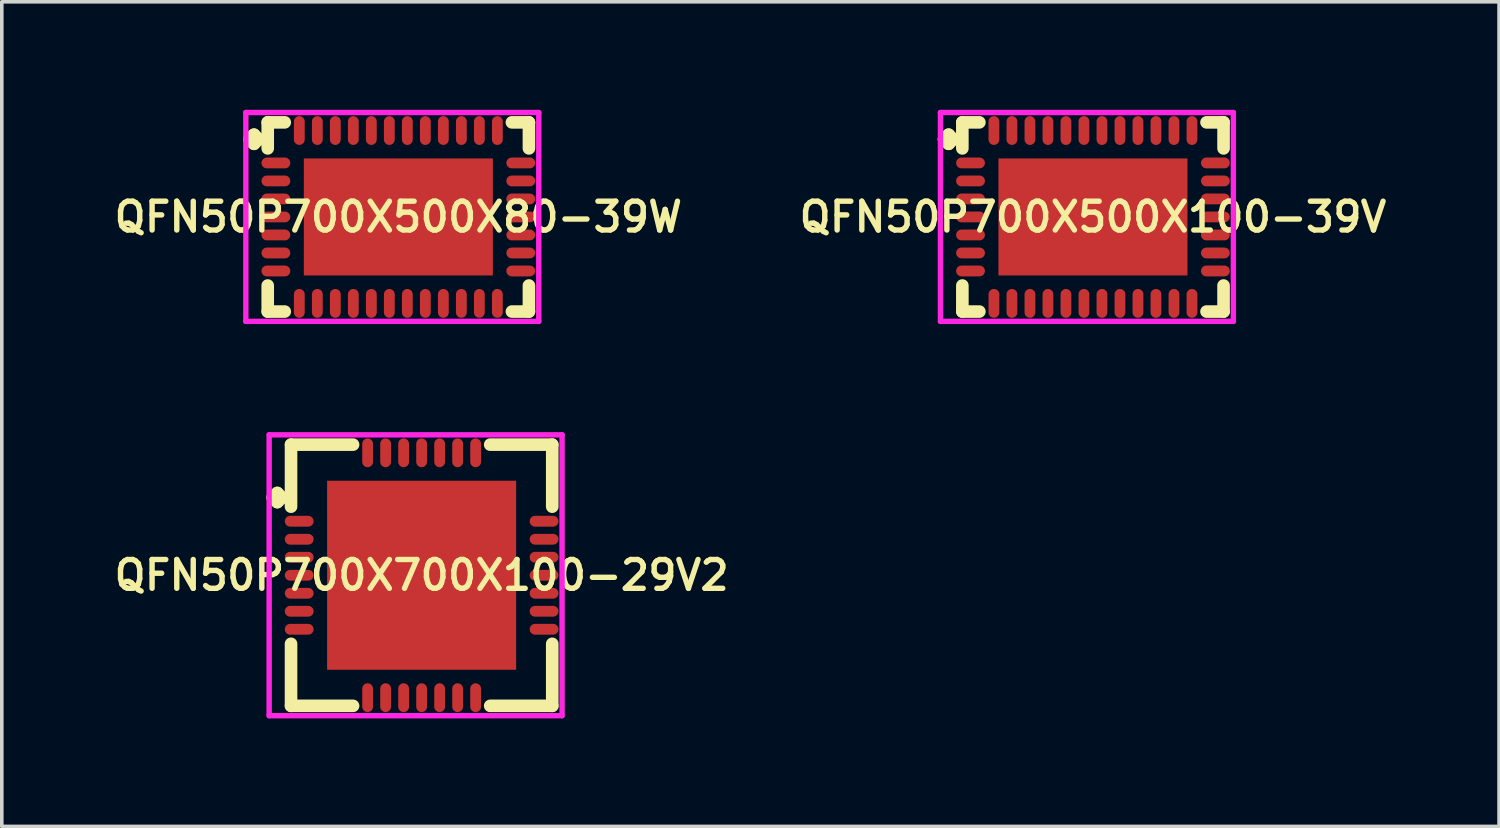
<source format=kicad_pcb>
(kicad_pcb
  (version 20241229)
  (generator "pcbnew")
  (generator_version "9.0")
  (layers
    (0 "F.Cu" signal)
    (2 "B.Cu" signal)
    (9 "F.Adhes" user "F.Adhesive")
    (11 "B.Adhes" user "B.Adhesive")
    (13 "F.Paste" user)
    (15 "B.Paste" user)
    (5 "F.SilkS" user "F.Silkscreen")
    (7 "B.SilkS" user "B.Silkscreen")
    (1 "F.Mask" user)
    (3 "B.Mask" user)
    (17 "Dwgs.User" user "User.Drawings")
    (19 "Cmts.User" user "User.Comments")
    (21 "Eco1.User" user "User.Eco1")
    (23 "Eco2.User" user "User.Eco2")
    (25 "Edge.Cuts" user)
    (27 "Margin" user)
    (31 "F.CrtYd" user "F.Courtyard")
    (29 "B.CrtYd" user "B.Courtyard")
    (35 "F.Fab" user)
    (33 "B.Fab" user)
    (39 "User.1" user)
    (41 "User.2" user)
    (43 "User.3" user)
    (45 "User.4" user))
  (footprint "QFN50P700X700X100-29V2"
    (layer "F.Cu")
    (at 8.659 12.925)
    (property "Reference" "QFN50P700X700X100-29V2" (at 0 0 0) (layer "F.SilkS") (effects (font (size 0.8 0.8) (thickness 0.15))))
    (attr smd)
    (fp_line (start -4.135 -2.158) (end -4.008 -2.285) (stroke (width 0.35) (type solid)) (layer "F.SilkS"))
    (fp_line (start -4.008 -2.285) (end -3.881 -2.158) (stroke (width 0.35) (type solid)) (layer "F.SilkS"))
    (fp_line (start -4.008 -2.031) (end -4.135 -2.158) (stroke (width 0.35) (type solid)) (layer "F.SilkS"))
    (fp_line (start -3.881 -2.158) (end -4.008 -2.031) (stroke (width 0.35) (type solid)) (layer "F.SilkS"))
    (fp_line (start -3.627 -3.627) (end -1.904 -3.627) (stroke (width 0.35) (type solid)) (layer "F.SilkS"))
    (fp_line (start -3.627 -1.904) (end -3.627 -3.627) (stroke (width 0.35) (type solid)) (layer "F.SilkS"))
    (fp_line (start -3.627 1.904) (end -3.627 3.627) (stroke (width 0.35) (type solid)) (layer "F.SilkS"))
    (fp_line (start -3.627 3.627) (end -1.904 3.627) (stroke (width 0.35) (type solid)) (layer "F.SilkS"))
    (fp_line (start 1.904 -3.627) (end 3.627 -3.627) (stroke (width 0.35) (type solid)) (layer "F.SilkS"))
    (fp_line (start 1.904 3.627) (end 3.627 3.627) (stroke (width 0.35) (type solid)) (layer "F.SilkS"))
    (fp_line (start 3.627 -3.627) (end 3.627 -1.904) (stroke (width 0.35) (type solid)) (layer "F.SilkS"))
    (fp_line (start 3.627 3.627) (end 3.627 1.904) (stroke (width 0.35) (type solid)) (layer "F.SilkS"))
    (fp_line (start -4.235 -3.9) (end 3.9 -3.9) (stroke (width 0.15) (type solid)) (layer "F.CrtYd"))
    (fp_line (start -4.235 3.9) (end -4.235 -3.9) (stroke (width 0.15) (type solid)) (layer "F.CrtYd"))
    (fp_line (start 3.9 -3.9) (end 3.9 3.9) (stroke (width 0.15) (type solid)) (layer "F.CrtYd"))
    (fp_line (start 3.9 3.9) (end -4.235 3.9) (stroke (width 0.15) (type solid)) (layer "F.CrtYd"))
    (pad "1" smd oval (at -3.4 -1.5) (size 0.8 0.3) (layers "F.Cu" "F.Mask" "F.Paste"))
    (pad "2" smd oval (at -3.4 -1) (size 0.8 0.3) (layers "F.Cu" "F.Mask" "F.Paste"))
    (pad "3" smd oval (at -3.4 -0.5) (size 0.8 0.3) (layers "F.Cu" "F.Mask" "F.Paste"))
    (pad "4" smd oval (at -3.4 0) (size 0.8 0.3) (layers "F.Cu" "F.Mask" "F.Paste"))
    (pad "5" smd oval (at -3.4 0.5) (size 0.8 0.3) (layers "F.Cu" "F.Mask" "F.Paste"))
    (pad "6" smd oval (at -3.4 1) (size 0.8 0.3) (layers "F.Cu" "F.Mask" "F.Paste"))
    (pad "7" smd oval (at -3.4 1.5) (size 0.8 0.3) (layers "F.Cu" "F.Mask" "F.Paste"))
    (pad "8" smd oval (at -1.5 3.4) (size 0.3 0.8) (layers "F.Cu" "F.Mask" "F.Paste"))
    (pad "9" smd oval (at -1 3.4) (size 0.3 0.8) (layers "F.Cu" "F.Mask" "F.Paste"))
    (pad "10" smd oval (at -0.5 3.4) (size 0.3 0.8) (layers "F.Cu" "F.Mask" "F.Paste"))
    (pad "11" smd oval (at 0 3.4) (size 0.3 0.8) (layers "F.Cu" "F.Mask" "F.Paste"))
    (pad "12" smd oval (at 0.5 3.4) (size 0.3 0.8) (layers "F.Cu" "F.Mask" "F.Paste"))
    (pad "13" smd oval (at 1 3.4) (size 0.3 0.8) (layers "F.Cu" "F.Mask" "F.Paste"))
    (pad "14" smd oval (at 1.5 3.4) (size 0.3 0.8) (layers "F.Cu" "F.Mask" "F.Paste"))
    (pad "15" smd oval (at 3.4 1.5) (size 0.8 0.3) (layers "F.Cu" "F.Mask" "F.Paste"))
    (pad "16" smd oval (at 3.4 1) (size 0.8 0.3) (layers "F.Cu" "F.Mask" "F.Paste"))
    (pad "17" smd oval (at 3.4 0.5) (size 0.8 0.3) (layers "F.Cu" "F.Mask" "F.Paste"))
    (pad "18" smd oval (at 3.4 0) (size 0.8 0.3) (layers "F.Cu" "F.Mask" "F.Paste"))
    (pad "19" smd oval (at 3.4 -0.5) (size 0.8 0.3) (layers "F.Cu" "F.Mask" "F.Paste"))
    (pad "20" smd oval (at 3.4 -1) (size 0.8 0.3) (layers "F.Cu" "F.Mask" "F.Paste"))
    (pad "21" smd oval (at 3.4 -1.5) (size 0.8 0.3) (layers "F.Cu" "F.Mask" "F.Paste"))
    (pad "22" smd oval (at 1.5 -3.4) (size 0.3 0.8) (layers "F.Cu" "F.Mask" "F.Paste"))
    (pad "23" smd oval (at 1 -3.4) (size 0.3 0.8) (layers "F.Cu" "F.Mask" "F.Paste"))
    (pad "24" smd oval (at 0.5 -3.4) (size 0.3 0.8) (layers "F.Cu" "F.Mask" "F.Paste"))
    (pad "25" smd oval (at 0 -3.4) (size 0.3 0.8) (layers "F.Cu" "F.Mask" "F.Paste"))
    (pad "26" smd oval (at -0.5 -3.4) (size 0.3 0.8) (layers "F.Cu" "F.Mask" "F.Paste"))
    (pad "27" smd oval (at -1 -3.4) (size 0.3 0.8) (layers "F.Cu" "F.Mask" "F.Paste"))
    (pad "28" smd oval (at -1.5 -3.4) (size 0.3 0.8) (layers "F.Cu" "F.Mask" "F.Paste"))
    (pad "29" smd rect (at 0 0) (size 5.25 5.25) (layers "F.Cu" "F.Mask" "F.Paste")))
  (footprint "QFN50P700X500X100-39V"
    (layer "F.Cu")
    (at 27.302 2.975)
    (property "Reference" "QFN50P700X500X100-39V" (at 0 0 0) (layer "F.SilkS") (effects (font (size 0.8 0.8) (thickness 0.15))))
    (attr smd)
    (fp_line (start -4.135 -2.158) (end -4.008 -2.285) (stroke (width 0.35) (type solid)) (layer "F.SilkS"))
    (fp_line (start -4.008 -2.285) (end -3.881 -2.158) (stroke (width 0.35) (type solid)) (layer "F.SilkS"))
    (fp_line (start -4.008 -2.031) (end -4.135 -2.158) (stroke (width 0.35) (type solid)) (layer "F.SilkS"))
    (fp_line (start -3.881 -2.158) (end -4.008 -2.031) (stroke (width 0.35) (type solid)) (layer "F.SilkS"))
    (fp_line (start -3.627 -2.627) (end -3.154 -2.627) (stroke (width 0.35) (type solid)) (layer "F.SilkS"))
    (fp_line (start -3.627 -1.904) (end -3.627 -2.627) (stroke (width 0.35) (type solid)) (layer "F.SilkS"))
    (fp_line (start -3.627 1.904) (end -3.627 2.627) (stroke (width 0.35) (type solid)) (layer "F.SilkS"))
    (fp_line (start -3.627 2.627) (end -3.154 2.627) (stroke (width 0.35) (type solid)) (layer "F.SilkS"))
    (fp_line (start 3.154 -2.627) (end 3.627 -2.627) (stroke (width 0.35) (type solid)) (layer "F.SilkS"))
    (fp_line (start 3.154 2.627) (end 3.627 2.627) (stroke (width 0.35) (type solid)) (layer "F.SilkS"))
    (fp_line (start 3.627 -2.627) (end 3.627 -1.904) (stroke (width 0.35) (type solid)) (layer "F.SilkS"))
    (fp_line (start 3.627 2.627) (end 3.627 1.904) (stroke (width 0.35) (type solid)) (layer "F.SilkS"))
    (fp_line (start -4.235 -2.9) (end 3.9 -2.9) (stroke (width 0.15) (type solid)) (layer "F.CrtYd"))
    (fp_line (start -4.235 2.9) (end -4.235 -2.9) (stroke (width 0.15) (type solid)) (layer "F.CrtYd"))
    (fp_line (start 3.9 -2.9) (end 3.9 2.9) (stroke (width 0.15) (type solid)) (layer "F.CrtYd"))
    (fp_line (start 3.9 2.9) (end -4.235 2.9) (stroke (width 0.15) (type solid)) (layer "F.CrtYd"))
    (pad "1" smd oval (at -3.4 -1.5) (size 0.8 0.3) (layers "F.Cu" "F.Mask" "F.Paste"))
    (pad "2" smd oval (at -3.4 -1) (size 0.8 0.3) (layers "F.Cu" "F.Mask" "F.Paste"))
    (pad "3" smd oval (at -3.4 -0.5) (size 0.8 0.3) (layers "F.Cu" "F.Mask" "F.Paste"))
    (pad "4" smd oval (at -3.4 0) (size 0.8 0.3) (layers "F.Cu" "F.Mask" "F.Paste"))
    (pad "5" smd oval (at -3.4 0.5) (size 0.8 0.3) (layers "F.Cu" "F.Mask" "F.Paste"))
    (pad "6" smd oval (at -3.4 1) (size 0.8 0.3) (layers "F.Cu" "F.Mask" "F.Paste"))
    (pad "7" smd oval (at -3.4 1.5) (size 0.8 0.3) (layers "F.Cu" "F.Mask" "F.Paste"))
    (pad "8" smd oval (at -2.75 2.4) (size 0.3 0.8) (layers "F.Cu" "F.Mask" "F.Paste"))
    (pad "9" smd oval (at -2.25 2.4) (size 0.3 0.8) (layers "F.Cu" "F.Mask" "F.Paste"))
    (pad "10" smd oval (at -1.75 2.4) (size 0.3 0.8) (layers "F.Cu" "F.Mask" "F.Paste"))
    (pad "11" smd oval (at -1.25 2.4) (size 0.3 0.8) (layers "F.Cu" "F.Mask" "F.Paste"))
    (pad "12" smd oval (at -0.75 2.4) (size 0.3 0.8) (layers "F.Cu" "F.Mask" "F.Paste"))
    (pad "13" smd oval (at -0.25 2.4) (size 0.3 0.8) (layers "F.Cu" "F.Mask" "F.Paste"))
    (pad "14" smd oval (at 0.25 2.4) (size 0.3 0.8) (layers "F.Cu" "F.Mask" "F.Paste"))
    (pad "15" smd oval (at 0.75 2.4) (size 0.3 0.8) (layers "F.Cu" "F.Mask" "F.Paste"))
    (pad "16" smd oval (at 1.25 2.4) (size 0.3 0.8) (layers "F.Cu" "F.Mask" "F.Paste"))
    (pad "17" smd oval (at 1.75 2.4) (size 0.3 0.8) (layers "F.Cu" "F.Mask" "F.Paste"))
    (pad "18" smd oval (at 2.25 2.4) (size 0.3 0.8) (layers "F.Cu" "F.Mask" "F.Paste"))
    (pad "19" smd oval (at 2.75 2.4) (size 0.3 0.8) (layers "F.Cu" "F.Mask" "F.Paste"))
    (pad "20" smd oval (at 3.4 1.5) (size 0.8 0.3) (layers "F.Cu" "F.Mask" "F.Paste"))
    (pad "21" smd oval (at 3.4 1) (size 0.8 0.3) (layers "F.Cu" "F.Mask" "F.Paste"))
    (pad "22" smd oval (at 3.4 0.5) (size 0.8 0.3) (layers "F.Cu" "F.Mask" "F.Paste"))
    (pad "23" smd oval (at 3.4 0) (size 0.8 0.3) (layers "F.Cu" "F.Mask" "F.Paste"))
    (pad "24" smd oval (at 3.4 -0.5) (size 0.8 0.3) (layers "F.Cu" "F.Mask" "F.Paste"))
    (pad "25" smd oval (at 3.4 -1) (size 0.8 0.3) (layers "F.Cu" "F.Mask" "F.Paste"))
    (pad "26" smd oval (at 3.4 -1.5) (size 0.8 0.3) (layers "F.Cu" "F.Mask" "F.Paste"))
    (pad "27" smd oval (at 2.75 -2.4) (size 0.3 0.8) (layers "F.Cu" "F.Mask" "F.Paste"))
    (pad "28" smd oval (at 2.25 -2.4) (size 0.3 0.8) (layers "F.Cu" "F.Mask" "F.Paste"))
    (pad "29" smd oval (at 1.75 -2.4) (size 0.3 0.8) (layers "F.Cu" "F.Mask" "F.Paste"))
    (pad "30" smd oval (at 1.25 -2.4) (size 0.3 0.8) (layers "F.Cu" "F.Mask" "F.Paste"))
    (pad "31" smd oval (at 0.75 -2.4) (size 0.3 0.8) (layers "F.Cu" "F.Mask" "F.Paste"))
    (pad "32" smd oval (at 0.25 -2.4) (size 0.3 0.8) (layers "F.Cu" "F.Mask" "F.Paste"))
    (pad "33" smd oval (at -0.25 -2.4) (size 0.3 0.8) (layers "F.Cu" "F.Mask" "F.Paste"))
    (pad "34" smd oval (at -0.75 -2.4) (size 0.3 0.8) (layers "F.Cu" "F.Mask" "F.Paste"))
    (pad "35" smd oval (at -1.25 -2.4) (size 0.3 0.8) (layers "F.Cu" "F.Mask" "F.Paste"))
    (pad "36" smd oval (at -1.75 -2.4) (size 0.3 0.8) (layers "F.Cu" "F.Mask" "F.Paste"))
    (pad "37" smd oval (at -2.25 -2.4) (size 0.3 0.8) (layers "F.Cu" "F.Mask" "F.Paste"))
    (pad "38" smd oval (at -2.75 -2.4) (size 0.3 0.8) (layers "F.Cu" "F.Mask" "F.Paste"))
    (pad "39" smd rect (at 0 0) (size 5.25 3.25) (layers "F.Cu" "F.Mask" "F.Paste")))
  (footprint "QFN50P700X500X80-39W"
    (layer "F.Cu")
    (at 8.012 2.975)
    (property "Reference" "QFN50P700X500X80-39W" (at 0 0 0) (layer "F.SilkS") (effects (font (size 0.8 0.8) (thickness 0.15))))
    (attr smd)
    (fp_line (start -4.135 -2.158) (end -4.008 -2.285) (stroke (width 0.35) (type solid)) (layer "F.SilkS"))
    (fp_line (start -4.008 -2.285) (end -3.881 -2.158) (stroke (width 0.35) (type solid)) (layer "F.SilkS"))
    (fp_line (start -4.008 -2.031) (end -4.135 -2.158) (stroke (width 0.35) (type solid)) (layer "F.SilkS"))
    (fp_line (start -3.881 -2.158) (end -4.008 -2.031) (stroke (width 0.35) (type solid)) (layer "F.SilkS"))
    (fp_line (start -3.627 -2.627) (end -3.154 -2.627) (stroke (width 0.35) (type solid)) (layer "F.SilkS"))
    (fp_line (start -3.627 -1.904) (end -3.627 -2.627) (stroke (width 0.35) (type solid)) (layer "F.SilkS"))
    (fp_line (start -3.627 1.904) (end -3.627 2.627) (stroke (width 0.35) (type solid)) (layer "F.SilkS"))
    (fp_line (start -3.627 2.627) (end -3.154 2.627) (stroke (width 0.35) (type solid)) (layer "F.SilkS"))
    (fp_line (start 3.154 -2.627) (end 3.627 -2.627) (stroke (width 0.35) (type solid)) (layer "F.SilkS"))
    (fp_line (start 3.154 2.627) (end 3.627 2.627) (stroke (width 0.35) (type solid)) (layer "F.SilkS"))
    (fp_line (start 3.627 -2.627) (end 3.627 -1.904) (stroke (width 0.35) (type solid)) (layer "F.SilkS"))
    (fp_line (start 3.627 2.627) (end 3.627 1.904) (stroke (width 0.35) (type solid)) (layer "F.SilkS"))
    (fp_line (start -4.235 -2.9) (end 3.9 -2.9) (stroke (width 0.15) (type solid)) (layer "F.CrtYd"))
    (fp_line (start -4.235 2.9) (end -4.235 -2.9) (stroke (width 0.15) (type solid)) (layer "F.CrtYd"))
    (fp_line (start 3.9 -2.9) (end 3.9 2.9) (stroke (width 0.15) (type solid)) (layer "F.CrtYd"))
    (fp_line (start 3.9 2.9) (end -4.235 2.9) (stroke (width 0.15) (type solid)) (layer "F.CrtYd"))
    (pad "1" smd oval (at -3.4 -1.5) (size 0.8 0.3) (layers "F.Cu" "F.Mask" "F.Paste"))
    (pad "2" smd oval (at -3.4 -1) (size 0.8 0.3) (layers "F.Cu" "F.Mask" "F.Paste"))
    (pad "3" smd oval (at -3.4 -0.5) (size 0.8 0.3) (layers "F.Cu" "F.Mask" "F.Paste"))
    (pad "4" smd oval (at -3.4 0) (size 0.8 0.3) (layers "F.Cu" "F.Mask" "F.Paste"))
    (pad "5" smd oval (at -3.4 0.5) (size 0.8 0.3) (layers "F.Cu" "F.Mask" "F.Paste"))
    (pad "6" smd oval (at -3.4 1) (size 0.8 0.3) (layers "F.Cu" "F.Mask" "F.Paste"))
    (pad "7" smd oval (at -3.4 1.5) (size 0.8 0.3) (layers "F.Cu" "F.Mask" "F.Paste"))
    (pad "8" smd oval (at -2.75 2.4) (size 0.3 0.8) (layers "F.Cu" "F.Mask" "F.Paste"))
    (pad "9" smd oval (at -2.25 2.4) (size 0.3 0.8) (layers "F.Cu" "F.Mask" "F.Paste"))
    (pad "10" smd oval (at -1.75 2.4) (size 0.3 0.8) (layers "F.Cu" "F.Mask" "F.Paste"))
    (pad "11" smd oval (at -1.25 2.4) (size 0.3 0.8) (layers "F.Cu" "F.Mask" "F.Paste"))
    (pad "12" smd oval (at -0.75 2.4) (size 0.3 0.8) (layers "F.Cu" "F.Mask" "F.Paste"))
    (pad "13" smd oval (at -0.25 2.4) (size 0.3 0.8) (layers "F.Cu" "F.Mask" "F.Paste"))
    (pad "14" smd oval (at 0.25 2.4) (size 0.3 0.8) (layers "F.Cu" "F.Mask" "F.Paste"))
    (pad "15" smd oval (at 0.75 2.4) (size 0.3 0.8) (layers "F.Cu" "F.Mask" "F.Paste"))
    (pad "16" smd oval (at 1.25 2.4) (size 0.3 0.8) (layers "F.Cu" "F.Mask" "F.Paste"))
    (pad "17" smd oval (at 1.75 2.4) (size 0.3 0.8) (layers "F.Cu" "F.Mask" "F.Paste"))
    (pad "18" smd oval (at 2.25 2.4) (size 0.3 0.8) (layers "F.Cu" "F.Mask" "F.Paste"))
    (pad "19" smd oval (at 2.75 2.4) (size 0.3 0.8) (layers "F.Cu" "F.Mask" "F.Paste"))
    (pad "20" smd oval (at 3.4 1.5) (size 0.8 0.3) (layers "F.Cu" "F.Mask" "F.Paste"))
    (pad "21" smd oval (at 3.4 1) (size 0.8 0.3) (layers "F.Cu" "F.Mask" "F.Paste"))
    (pad "22" smd oval (at 3.4 0.5) (size 0.8 0.3) (layers "F.Cu" "F.Mask" "F.Paste"))
    (pad "23" smd oval (at 3.4 0) (size 0.8 0.3) (layers "F.Cu" "F.Mask" "F.Paste"))
    (pad "24" smd oval (at 3.4 -0.5) (size 0.8 0.3) (layers "F.Cu" "F.Mask" "F.Paste"))
    (pad "25" smd oval (at 3.4 -1) (size 0.8 0.3) (layers "F.Cu" "F.Mask" "F.Paste"))
    (pad "26" smd oval (at 3.4 -1.5) (size 0.8 0.3) (layers "F.Cu" "F.Mask" "F.Paste"))
    (pad "27" smd oval (at 2.75 -2.4) (size 0.3 0.8) (layers "F.Cu" "F.Mask" "F.Paste"))
    (pad "28" smd oval (at 2.25 -2.4) (size 0.3 0.8) (layers "F.Cu" "F.Mask" "F.Paste"))
    (pad "29" smd oval (at 1.75 -2.4) (size 0.3 0.8) (layers "F.Cu" "F.Mask" "F.Paste"))
    (pad "30" smd oval (at 1.25 -2.4) (size 0.3 0.8) (layers "F.Cu" "F.Mask" "F.Paste"))
    (pad "31" smd oval (at 0.75 -2.4) (size 0.3 0.8) (layers "F.Cu" "F.Mask" "F.Paste"))
    (pad "32" smd oval (at 0.25 -2.4) (size 0.3 0.8) (layers "F.Cu" "F.Mask" "F.Paste"))
    (pad "33" smd oval (at -0.25 -2.4) (size 0.3 0.8) (layers "F.Cu" "F.Mask" "F.Paste"))
    (pad "34" smd oval (at -0.75 -2.4) (size 0.3 0.8) (layers "F.Cu" "F.Mask" "F.Paste"))
    (pad "35" smd oval (at -1.25 -2.4) (size 0.3 0.8) (layers "F.Cu" "F.Mask" "F.Paste"))
    (pad "36" smd oval (at -1.75 -2.4) (size 0.3 0.8) (layers "F.Cu" "F.Mask" "F.Paste"))
    (pad "37" smd oval (at -2.25 -2.4) (size 0.3 0.8) (layers "F.Cu" "F.Mask" "F.Paste"))
    (pad "38" smd oval (at -2.75 -2.4) (size 0.3 0.8) (layers "F.Cu" "F.Mask" "F.Paste"))
    (pad "39" smd rect (at 0 0) (size 5.25 3.25) (layers "F.Cu" "F.Mask" "F.Paste")))
  (gr_rect
    (start -3 -3)
    (end 38.58 19.9)
    (stroke (width 0.1) (type default))
    (fill no)
    (layer "Edge.Cuts")))
</source>
